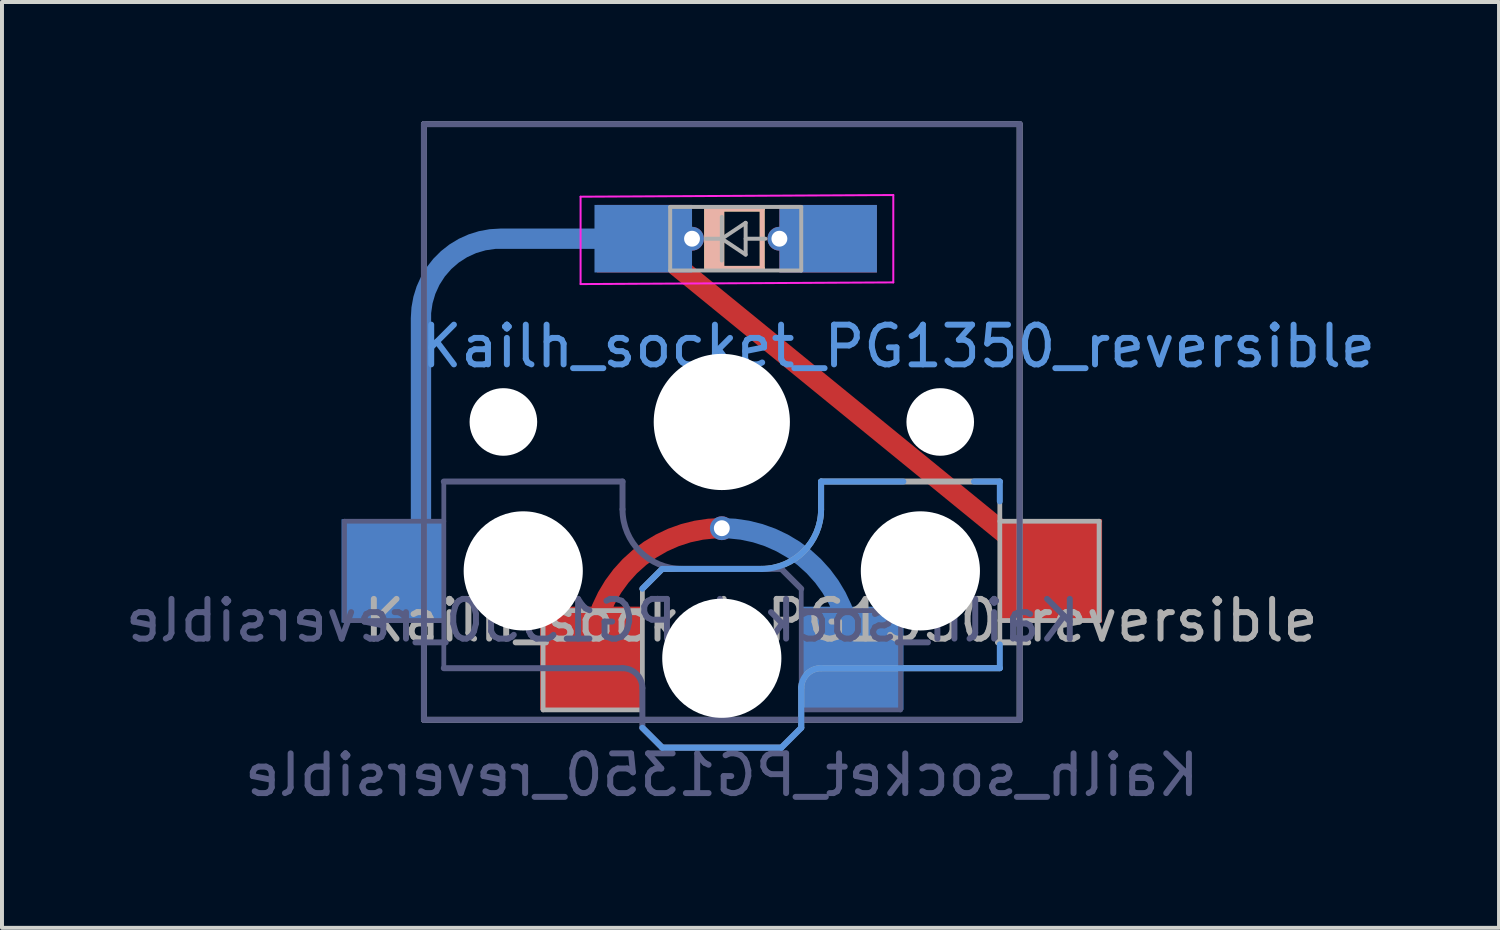
<source format=kicad_pcb>
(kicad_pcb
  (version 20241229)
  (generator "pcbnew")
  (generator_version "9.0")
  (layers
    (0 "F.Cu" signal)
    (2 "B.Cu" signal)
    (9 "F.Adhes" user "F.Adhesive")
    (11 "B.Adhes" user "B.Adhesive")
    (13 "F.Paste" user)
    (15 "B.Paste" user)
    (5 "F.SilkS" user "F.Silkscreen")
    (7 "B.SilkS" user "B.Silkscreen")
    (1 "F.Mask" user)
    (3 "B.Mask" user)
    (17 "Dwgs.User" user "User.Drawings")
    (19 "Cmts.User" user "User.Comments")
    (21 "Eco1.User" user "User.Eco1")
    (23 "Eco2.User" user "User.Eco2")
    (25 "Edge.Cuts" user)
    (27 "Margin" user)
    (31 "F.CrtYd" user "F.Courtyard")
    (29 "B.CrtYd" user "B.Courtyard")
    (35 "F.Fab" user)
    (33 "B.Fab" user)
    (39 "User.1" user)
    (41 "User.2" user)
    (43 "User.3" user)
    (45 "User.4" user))
  (footprint "Kailh_socket_PG1350_reversible"
    (layer "F.Cu")
    (at 15.125 7.575)
    (property "Reference" "Kailh_socket_PG1350_reversible" (at 4.445 -1.905 0) (layer "Cmts.User") (effects (font (size 1 1) (thickness 0.15))))
    (property "Value" "Kailh_socket_PG1350_reversible" (at 0 8.89 0) (layer "F.Fab") (hide yes) (effects (font (size 1 1) (thickness 0.15))))
    (attr through_hole)
    (fp_rect (start -3.15 -5.461) (end -0.737 -3.759) (stroke (width 0) (type solid)) (fill yes) (layer "F.Mask"))
    (fp_rect (start -1.975 4.65) (end -4.575 7.25) (stroke (width 0) (type solid)) (fill yes) (layer "F.Mask"))
    (fp_rect (start 3.906 -5.464) (end 1.45 -3.764) (stroke (width 0) (type solid)) (fill yes) (layer "F.Mask"))
    (fp_rect (start 9.576 2.438) (end 6.96 5.055) (stroke (width 0) (type solid)) (fill yes) (layer "F.Mask"))
    (fp_rect (start -9.601 2.438) (end -6.96 5.08) (stroke (width 0) (type solid)) (fill yes) (layer "B.Mask"))
    (fp_rect (start -3.2 -5.486) (end -0.762 -3.759) (stroke (width 0) (type solid)) (fill yes) (layer "B.Mask"))
    (fp_rect (start 1.975 4.65) (end 4.575 7.25) (stroke (width 0) (type solid)) (fill yes) (layer "B.Mask"))
    (fp_rect (start 3.906 -5.464) (end 1.45 -3.764) (stroke (width 0) (type solid)) (fill yes) (layer "B.Mask"))
    (fp_line (start -0.318 -5.36) (end 1.016 -5.36) (stroke (width 0.12) (type solid)) (layer "F.SilkS"))
    (fp_line (start -0.318 -3.868) (end 1.016 -3.868) (stroke (width 0.12) (type solid)) (layer "F.SilkS"))
    (fp_line (start 1.016 -5.36) (end 1.016 -3.868) (stroke (width 0.12) (type solid)) (layer "F.SilkS"))
    (fp_rect (start -0.381 -5.36) (end 0 -3.868) (stroke (width 0.12) (type solid)) (fill yes) (layer "F.SilkS"))
    (fp_line (start -0.191 -5.36) (end 1.016 -5.36) (stroke (width 0.12) (type solid)) (layer "B.SilkS"))
    (fp_line (start -0.191 -3.868) (end 1.016 -3.868) (stroke (width 0.12) (type solid)) (layer "B.SilkS"))
    (fp_line (start 1.016 -5.36) (end 1.016 -3.868) (stroke (width 0.12) (type solid)) (layer "B.SilkS"))
    (fp_rect (start -0.381 -5.36) (end 0 -3.868) (stroke (width 0.12) (type solid)) (fill yes) (layer "B.SilkS"))
    (fp_line (start -2 4.2) (end -1.5 3.7) (stroke (width 0.15) (type solid)) (layer "Cmts.User"))
    (fp_line (start -2 7.7) (end -1.5 8.2) (stroke (width 0.15) (type solid)) (layer "Cmts.User"))
    (fp_line (start -1.5 3.7) (end 1 3.7) (stroke (width 0.15) (type solid)) (layer "Cmts.User"))
    (fp_line (start -1.5 8.2) (end 1.5 8.2) (stroke (width 0.15) (type solid)) (layer "Cmts.User"))
    (fp_line (start 1.5 8.2) (end 2 7.7) (stroke (width 0.15) (type solid)) (layer "Cmts.User"))
    (fp_line (start 2 6.7) (end 2 7.7) (stroke (width 0.15) (type solid)) (layer "Cmts.User"))
    (fp_line (start 2.5 1.5) (end 4.572 1.5) (stroke (width 0.15) (type solid)) (layer "Cmts.User"))
    (fp_line (start 2.5 2.2) (end 2.5 1.5) (stroke (width 0.15) (type solid)) (layer "Cmts.User"))
    (fp_line (start 6.35 1.5) (end 7 1.5) (stroke (width 0.15) (type solid)) (layer "Cmts.User"))
    (fp_line (start 7 1.5) (end 7 2) (stroke (width 0.15) (type solid)) (layer "Cmts.User"))
    (fp_line (start 7 5.6) (end 7 6.2) (stroke (width 0.15) (type solid)) (layer "Cmts.User"))
    (fp_line (start 7 6.2) (end 2.5 6.2) (stroke (width 0.15) (type solid)) (layer "Cmts.User"))
    (fp_arc (start 2 6.7) (mid 2.146447 6.346447) (end 2.5 6.2) (stroke (width 0.15) (type solid)) (layer "Cmts.User"))
    (fp_arc (start 2.5 2.2) (mid 2.06066 3.26066) (end 1 3.7) (stroke (width 0.15) (type solid)) (layer "Cmts.User"))
    (fp_line (start -6.9 6.9) (end -6.9 -6.9) (stroke (width 0.15) (type solid)) (layer "Eco2.User"))
    (fp_line (start -6.9 6.9) (end 6.9 6.9) (stroke (width 0.15) (type solid)) (layer "Eco2.User"))
    (fp_line (start -2.6 -3.1) (end -2.6 -6.3) (stroke (width 0.15) (type solid)) (layer "Eco2.User"))
    (fp_line (start -2.6 -3.1) (end 2.6 -3.1) (stroke (width 0.15) (type solid)) (layer "Eco2.User"))
    (fp_line (start 2.6 -6.3) (end -2.6 -6.3) (stroke (width 0.15) (type solid)) (layer "Eco2.User"))
    (fp_line (start 2.6 -3.1) (end 2.6 -6.3) (stroke (width 0.15) (type solid)) (layer "Eco2.User"))
    (fp_line (start 6.9 -6.9) (end -6.9 -6.9) (stroke (width 0.15) (type solid)) (layer "Eco2.User"))
    (fp_line (start 6.9 -6.9) (end 6.9 6.9) (stroke (width 0.15) (type solid)) (layer "Eco2.User"))
    (fp_line (start -3.556 -5.672) (end 4.318 -5.714) (stroke (width 0.05) (type solid)) (layer "F.CrtYd"))
    (fp_line (start -3.556 -3.472) (end -3.556 -5.672) (stroke (width 0.05) (type solid)) (layer "F.CrtYd"))
    (fp_line (start 4.318 -5.714) (end 4.318 -3.514) (stroke (width 0.05) (type solid)) (layer "F.CrtYd"))
    (fp_line (start 4.318 -3.514) (end -3.556 -3.472) (stroke (width 0.05) (type solid)) (layer "F.CrtYd"))
    (fp_line (start -9.5 2.5) (end -7 2.5) (stroke (width 0.12) (type solid)) (layer "B.Fab"))
    (fp_line (start -9.5 5) (end -9.5 2.5) (stroke (width 0.12) (type solid)) (layer "B.Fab"))
    (fp_line (start -7.5 -7.5) (end 7.5 -7.5) (stroke (width 0.15) (type solid)) (layer "B.Fab"))
    (fp_line (start -7.5 7.5) (end -7.5 -7.5) (stroke (width 0.15) (type solid)) (layer "B.Fab"))
    (fp_line (start -7 1.5) (end -7 6.2) (stroke (width 0.12) (type solid)) (layer "B.Fab"))
    (fp_line (start -7 5) (end -9.5 5) (stroke (width 0.12) (type solid)) (layer "B.Fab"))
    (fp_line (start -7 6.2) (end -2.5 6.2) (stroke (width 0.15) (type solid)) (layer "B.Fab"))
    (fp_line (start -2.5 1.5) (end -7 1.5) (stroke (width 0.15) (type solid)) (layer "B.Fab"))
    (fp_line (start -2.5 2.2) (end -2.5 1.5) (stroke (width 0.15) (type solid)) (layer "B.Fab"))
    (fp_line (start -2 6.7) (end -2 7.7) (stroke (width 0.15) (type solid)) (layer "B.Fab"))
    (fp_line (start -1.5 8.2) (end -2 7.7) (stroke (width 0.15) (type solid)) (layer "B.Fab"))
    (fp_line (start 1.5 3.7) (end -1 3.7) (stroke (width 0.15) (type solid)) (layer "B.Fab"))
    (fp_line (start 1.5 8.2) (end -1.5 8.2) (stroke (width 0.15) (type solid)) (layer "B.Fab"))
    (fp_line (start 2 4.2) (end 1.5 3.7) (stroke (width 0.15) (type solid)) (layer "B.Fab"))
    (fp_line (start 2 4.25) (end 2 7.7) (stroke (width 0.12) (type solid)) (layer "B.Fab"))
    (fp_line (start 2 4.75) (end 4.5 4.75) (stroke (width 0.12) (type solid)) (layer "B.Fab"))
    (fp_line (start 2 7.7) (end 1.5 8.2) (stroke (width 0.15) (type solid)) (layer "B.Fab"))
    (fp_line (start 4.5 4.75) (end 4.5 7.25) (stroke (width 0.12) (type solid)) (layer "B.Fab"))
    (fp_line (start 4.5 7.25) (end 2 7.25) (stroke (width 0.12) (type solid)) (layer "B.Fab"))
    (fp_line (start 7.5 -7.5) (end 7.5 7.5) (stroke (width 0.15) (type solid)) (layer "B.Fab"))
    (fp_line (start 7.5 7.5) (end -7.5 7.5) (stroke (width 0.15) (type solid)) (layer "B.Fab"))
    (fp_arc (start -2.5 6.2) (mid -2.146447 6.346447) (end -2 6.7) (stroke (width 0.15) (type solid)) (layer "B.Fab"))
    (fp_arc (start -1 3.7) (mid -2.06066 3.26066) (end -2.5 2.2) (stroke (width 0.15) (type solid)) (layer "B.Fab"))
    (fp_line (start -7.5 -7.5) (end 7.5 -7.5) (stroke (width 0.15) (type solid)) (layer "F.Fab"))
    (fp_line (start -7.5 7.5) (end -7.5 -7.5) (stroke (width 0.15) (type solid)) (layer "F.Fab"))
    (fp_line (start -4.5 4.75) (end -4.5 7.25) (stroke (width 0.12) (type solid)) (layer "F.Fab"))
    (fp_line (start -4.5 7.25) (end -2 7.25) (stroke (width 0.12) (type solid)) (layer "F.Fab"))
    (fp_line (start -2 4.2) (end -1.5 3.7) (stroke (width 0.15) (type solid)) (layer "F.Fab"))
    (fp_line (start -2 4.25) (end -2 7.7) (stroke (width 0.12) (type solid)) (layer "F.Fab"))
    (fp_line (start -2 4.75) (end -4.5 4.75) (stroke (width 0.12) (type solid)) (layer "F.Fab"))
    (fp_line (start -2 7.7) (end -1.5 8.2) (stroke (width 0.15) (type solid)) (layer "F.Fab"))
    (fp_line (start -1.5 3.7) (end 1 3.7) (stroke (width 0.15) (type solid)) (layer "F.Fab"))
    (fp_line (start -1.5 8.2) (end 1.5 8.2) (stroke (width 0.15) (type solid)) (layer "F.Fab"))
    (fp_line (start -1.3 -5.414) (end 2 -5.414) (stroke (width 0.1) (type solid)) (layer "F.Fab"))
    (fp_line (start -1.3 -3.814) (end -1.3 -5.414) (stroke (width 0.1) (type solid)) (layer "F.Fab"))
    (fp_line (start -0.4 -4.614) (end 0 -4.614) (stroke (width 0.1) (type solid)) (layer "F.Fab"))
    (fp_line (start 0 -4.614) (end 0 -5.164) (stroke (width 0.1) (type solid)) (layer "F.Fab"))
    (fp_line (start 0 -4.614) (end 0 -4.064) (stroke (width 0.1) (type solid)) (layer "F.Fab"))
    (fp_line (start 0 -4.614) (end 0.6 -5.014) (stroke (width 0.1) (type solid)) (layer "F.Fab"))
    (fp_line (start 0.6 -5.014) (end 0.6 -4.214) (stroke (width 0.1) (type solid)) (layer "F.Fab"))
    (fp_line (start 0.6 -4.614) (end 1.1 -4.614) (stroke (width 0.1) (type solid)) (layer "F.Fab"))
    (fp_line (start 0.6 -4.214) (end 0 -4.614) (stroke (width 0.1) (type solid)) (layer "F.Fab"))
    (fp_line (start 1.5 8.2) (end 2 7.7) (stroke (width 0.15) (type solid)) (layer "F.Fab"))
    (fp_line (start 2 -5.414) (end 2 -3.814) (stroke (width 0.1) (type solid)) (layer "F.Fab"))
    (fp_line (start 2 -3.814) (end -1.3 -3.814) (stroke (width 0.1) (type solid)) (layer "F.Fab"))
    (fp_line (start 2 6.7) (end 2 7.7) (stroke (width 0.15) (type solid)) (layer "F.Fab"))
    (fp_line (start 2.5 1.5) (end 7 1.5) (stroke (width 0.15) (type solid)) (layer "F.Fab"))
    (fp_line (start 2.5 2.2) (end 2.5 1.5) (stroke (width 0.15) (type solid)) (layer "F.Fab"))
    (fp_line (start 7 1.5) (end 7 6.2) (stroke (width 0.12) (type solid)) (layer "F.Fab"))
    (fp_line (start 7 5) (end 9.5 5) (stroke (width 0.12) (type solid)) (layer "F.Fab"))
    (fp_line (start 7 6.2) (end 2.5 6.2) (stroke (width 0.15) (type solid)) (layer "F.Fab"))
    (fp_line (start 7.5 -7.5) (end 7.5 7.5) (stroke (width 0.15) (type solid)) (layer "F.Fab"))
    (fp_line (start 7.5 7.5) (end -7.5 7.5) (stroke (width 0.15) (type solid)) (layer "F.Fab"))
    (fp_line (start 9.5 2.5) (end 7 2.5) (stroke (width 0.12) (type solid)) (layer "F.Fab"))
    (fp_line (start 9.5 5) (end 9.5 2.5) (stroke (width 0.12) (type solid)) (layer "F.Fab"))
    (fp_arc (start 2 6.7) (mid 2.146447 6.346447) (end 2.5 6.2) (stroke (width 0.15) (type solid)) (layer "F.Fab"))
    (fp_arc (start 2.5 2.2) (mid 2.06066 3.26066) (end 1 3.7) (stroke (width 0.15) (type solid)) (layer "F.Fab"))
    (fp_text user "${REFERENCE}" (at -3 5 0) (layer "B.Fab") (effects (font (size 1 1) (thickness 0.15)) (justify mirror)))
    (fp_text user "${VALUE}" (at 0 8.89 0) (layer "B.Fab") (effects (font (size 1 1) (thickness 0.15)) (justify mirror)))
    (fp_text user "${REFERENCE}" (at 3 5 180) (layer "F.Fab") (effects (font (size 1 1) (thickness 0.15))))
    (pad "" smd custom (at -8.275 3.75) (size 2.6 2.6) (layers "B.Cu") (options (anchor rect)) (primitives (gr_line (start 0.7 0) (end 0.7 -6.364) (width 0.512)) (gr_arc (start 0.7 -6.364) (mid 1.285786 -7.778214) (end 2.699999 -8.364001) (width 0.512)) (gr_line (start 2.7 -8.364) (end 6.297 -8.364) (width 0.512)) (gr_poly (pts (xy 5.069 -9.214) (xy 7.525 -9.214) (xy 7.525 -7.514) (xy 5.069 -7.514)) (width 0) (fill yes))))
    (pad "" np_thru_hole circle (at -5.5 0) (size 1.702 1.702) (drill 1.702) (layers "*.Cu" "*.Mask"))
    (pad "" np_thru_hole circle (at -5 3.75) (size 3 3) (drill 3) (layers "*.Cu" "*.Mask"))
    (pad "" thru_hole circle (at -0.75 -4.614) (size 0.6 0.6) (drill 0.4) (layers "*.Cu" "*.Mask"))
    (pad "" np_thru_hole circle (at 0 0) (size 3.429 3.429) (drill 3.429) (layers "*.Cu" "*.Mask"))
    (pad "" np_thru_hole circle (at 0 5.95) (size 3 3) (drill 3) (layers "*.Cu" "*.Mask"))
    (pad "" np_thru_hole circle (at 5 3.75) (size 3 3) (drill 3) (layers "*.Cu" "*.Mask"))
    (pad "" np_thru_hole circle (at 5.5 0) (size 1.702 1.702) (drill 1.702) (layers "*.Cu" "*.Mask"))
    (pad "" smd custom (at 8.275 3.75) (size 2.6 2.6) (layers "F.Cu") (options (anchor rect)) (primitives (gr_poly (pts (xy -9.025 -9.214) (xy -11.418 -9.214) (xy -11.418 -7.514) (xy -9.025 -7.514)) (width 0) (fill yes)) (gr_line (start 0 0) (end -10.253 -8.364) (width 0.512))))
    (pad "1" smd custom (at -3.275 5.95) (size 2.6 2.6) (layers "F.Cu") (options (anchor rect)) (primitives (gr_arc (start 0 0) (mid 0.959225 -2.315775) (end 3.275 -3.275) (width 0.512))))
    (pad "1" thru_hole circle (at 0 2.675) (size 0.6 0.6) (drill 0.4) (layers "*.Cu" "*.Mask"))
    (pad "1" smd custom (at 3.275 5.95) (size 2.6 2.6) (layers "B.Cu") (options (anchor rect)) (primitives (gr_arc (start -3.275 -3.275) (mid -0.959226 -2.315776) (end 0 -0.000002) (width 0.512))))
    (pad "2" thru_hole circle (at 1.45 -4.614) (size 0.6 0.6) (drill 0.4) (layers "*.Cu" "*.Mask"))
    (pad "2" smd rect (at 2.678 -4.614) (size 2.456 1.7) (layers "F.Cu"))
    (pad "2" smd rect (at 2.678 -4.614 180) (size 2.456 1.7) (layers "B.Cu")))
  (gr_rect
    (start -3 -3)
    (end 34.695 20.313)
    (stroke (width 0.1) (type default))
    (fill no)
    (layer "Edge.Cuts")))
</source>
